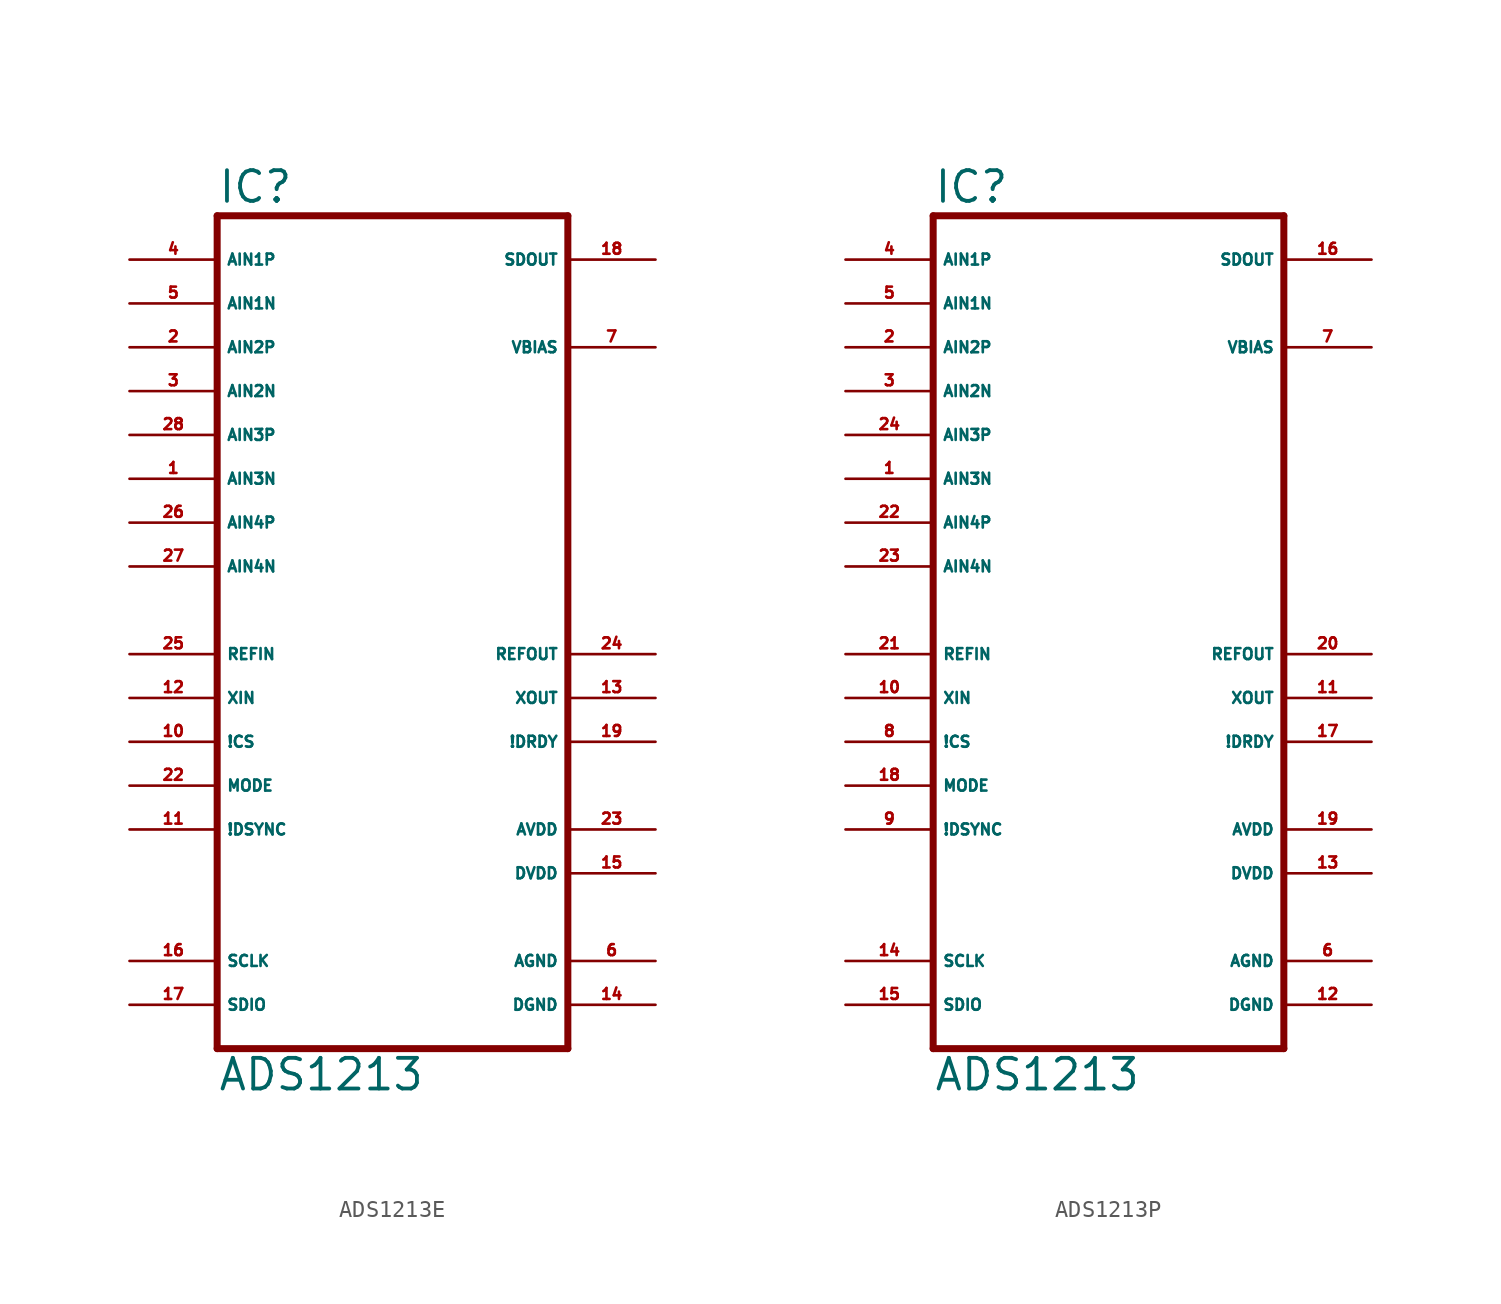
<source format=kicad_sym>
(kicad_symbol_lib
  (version 20220914)
  (generator Eagle2Kicad)
  (symbol "ADS1213E"
    (property "Reference" "IC"
      (at -10.16 23.495 0)
      (effects (font (size 1.778 1.778) (thickness 0.22)) (justify left bottom)))
    (property "Value" "ADS1213"
      (at -10.16 -27.94 0)
      (effects (font (size 1.778 1.778) (thickness 0.22)) (justify left bottom)))
    (polyline
      (pts (xy -10.16 -25.4) (xy 10.16 -25.4))
      (stroke (width 0.406) (type default))
      (fill (type none)))
    (polyline
      (pts (xy 10.16 -25.4) (xy 10.16 22.86))
      (stroke (width 0.406) (type default))
      (fill (type none)))
    (polyline
      (pts (xy 10.16 22.86) (xy -10.16 22.86))
      (stroke (width 0.406) (type default))
      (fill (type none)))
    (polyline
      (pts (xy -10.16 22.86) (xy -10.16 -25.4))
      (stroke (width 0.406) (type default))
      (fill (type none)))
    (pin input line
      (at -15.24 20.32 0)
      (length 5.08)
      (name "AIN1P" (effects (font (size 0.635 0.635) (thickness 0.08)) (justify left bottom)))
      (number "4" (effects (font (size 0.635 0.635) (thickness 0.08)) (justify left bottom))))
    (pin input line
      (at -15.24 17.78 0)
      (length 5.08)
      (name "AIN1N" (effects (font (size 0.635 0.635) (thickness 0.08)) (justify left bottom)))
      (number "5" (effects (font (size 0.635 0.635) (thickness 0.08)) (justify left bottom))))
    (pin input line
      (at -15.24 -7.62 0)
      (length 5.08)
      (name "!CS" (effects (font (size 0.635 0.635) (thickness 0.08)) (justify left bottom)))
      (number "10" (effects (font (size 0.635 0.635) (thickness 0.08)) (justify left bottom))))
    (pin input line
      (at -15.24 -12.7 0)
      (length 5.08)
      (name "!DSYNC" (effects (font (size 0.635 0.635) (thickness 0.08)) (justify left bottom)))
      (number "11" (effects (font (size 0.635 0.635) (thickness 0.08)) (justify left bottom))))
    (pin input line
      (at -15.24 -5.08 0)
      (length 5.08)
      (name "XIN" (effects (font (size 0.635 0.635) (thickness 0.08)) (justify left bottom)))
      (number "12" (effects (font (size 0.635 0.635) (thickness 0.08)) (justify left bottom))))
    (pin input line
      (at -15.24 -10.16 0)
      (length 5.08)
      (name "MODE" (effects (font (size 0.635 0.635) (thickness 0.08)) (justify left bottom)))
      (number "22" (effects (font (size 0.635 0.635) (thickness 0.08)) (justify left bottom))))
    (pin input line
      (at -15.24 -2.54 0)
      (length 5.08)
      (name "REFIN" (effects (font (size 0.635 0.635) (thickness 0.08)) (justify left bottom)))
      (number "25" (effects (font (size 0.635 0.635) (thickness 0.08)) (justify left bottom))))
    (pin bidirectional line
      (at -15.24 -20.32 0)
      (length 5.08)
      (name "SCLK" (effects (font (size 0.635 0.635) (thickness 0.08)) (justify left bottom)))
      (number "16" (effects (font (size 0.635 0.635) (thickness 0.08)) (justify left bottom))))
    (pin bidirectional line
      (at -15.24 -22.86 0)
      (length 5.08)
      (name "SDIO" (effects (font (size 0.635 0.635) (thickness 0.08)) (justify left bottom)))
      (number "17" (effects (font (size 0.635 0.635) (thickness 0.08)) (justify left bottom))))
    (pin output line
      (at 15.24 15.24 180)
      (length 5.08)
      (name "VBIAS" (effects (font (size 0.635 0.635) (thickness 0.08)) (justify left bottom)))
      (number "7" (effects (font (size 0.635 0.635) (thickness 0.08)) (justify left bottom))))
    (pin output line
      (at 15.24 -5.08 180)
      (length 5.08)
      (name "XOUT" (effects (font (size 0.635 0.635) (thickness 0.08)) (justify left bottom)))
      (number "13" (effects (font (size 0.635 0.635) (thickness 0.08)) (justify left bottom))))
    (pin output line
      (at 15.24 20.32 180)
      (length 5.08)
      (name "SDOUT" (effects (font (size 0.635 0.635) (thickness 0.08)) (justify left bottom)))
      (number "18" (effects (font (size 0.635 0.635) (thickness 0.08)) (justify left bottom))))
    (pin output line
      (at 15.24 -2.54 180)
      (length 5.08)
      (name "REFOUT" (effects (font (size 0.635 0.635) (thickness 0.08)) (justify left bottom)))
      (number "24" (effects (font (size 0.635 0.635) (thickness 0.08)) (justify left bottom))))
    (pin unspecified line
      (at 15.24 -22.86 180)
      (length 5.08)
      (name "DGND" (effects (font (size 0.635 0.635) (thickness 0.08)) (justify left bottom)))
      (number "14" (effects (font (size 0.635 0.635) (thickness 0.08)) (justify left bottom))))
    (pin unspecified line
      (at 15.24 -20.32 180)
      (length 5.08)
      (name "AGND" (effects (font (size 0.635 0.635) (thickness 0.08)) (justify left bottom)))
      (number "6" (effects (font (size 0.635 0.635) (thickness 0.08)) (justify left bottom))))
    (pin unspecified line
      (at 15.24 -15.24 180)
      (length 5.08)
      (name "DVDD" (effects (font (size 0.635 0.635) (thickness 0.08)) (justify left bottom)))
      (number "15" (effects (font (size 0.635 0.635) (thickness 0.08)) (justify left bottom))))
    (pin unspecified line
      (at 15.24 -12.7 180)
      (length 5.08)
      (name "AVDD" (effects (font (size 0.635 0.635) (thickness 0.08)) (justify left bottom)))
      (number "23" (effects (font (size 0.635 0.635) (thickness 0.08)) (justify left bottom))))
    (pin output line
      (at 15.24 -7.62 180)
      (length 5.08)
      (name "!DRDY" (effects (font (size 0.635 0.635) (thickness 0.08)) (justify left bottom)))
      (number "19" (effects (font (size 0.635 0.635) (thickness 0.08)) (justify left bottom))))
    (pin input line
      (at -15.24 15.24 0)
      (length 5.08)
      (name "AIN2P" (effects (font (size 0.635 0.635) (thickness 0.08)) (justify left bottom)))
      (number "2" (effects (font (size 0.635 0.635) (thickness 0.08)) (justify left bottom))))
    (pin input line
      (at -15.24 12.7 0)
      (length 5.08)
      (name "AIN2N" (effects (font (size 0.635 0.635) (thickness 0.08)) (justify left bottom)))
      (number "3" (effects (font (size 0.635 0.635) (thickness 0.08)) (justify left bottom))))
    (pin input line
      (at -15.24 10.16 0)
      (length 5.08)
      (name "AIN3P" (effects (font (size 0.635 0.635) (thickness 0.08)) (justify left bottom)))
      (number "28" (effects (font (size 0.635 0.635) (thickness 0.08)) (justify left bottom))))
    (pin input line
      (at -15.24 7.62 0)
      (length 5.08)
      (name "AIN3N" (effects (font (size 0.635 0.635) (thickness 0.08)) (justify left bottom)))
      (number "1" (effects (font (size 0.635 0.635) (thickness 0.08)) (justify left bottom))))
    (pin input line
      (at -15.24 5.08 0)
      (length 5.08)
      (name "AIN4P" (effects (font (size 0.635 0.635) (thickness 0.08)) (justify left bottom)))
      (number "26" (effects (font (size 0.635 0.635) (thickness 0.08)) (justify left bottom))))
    (pin input line
      (at -15.24 2.54 0)
      (length 5.08)
      (name "AIN4N" (effects (font (size 0.635 0.635) (thickness 0.08)) (justify left bottom)))
      (number "27" (effects (font (size 0.635 0.635) (thickness 0.08)) (justify left bottom)))))
  (symbol "ADS1213P"
    (property "Reference" "IC"
      (at -10.16 23.495 0)
      (effects (font (size 1.778 1.778) (thickness 0.22)) (justify left bottom)))
    (property "Value" "ADS1213"
      (at -10.16 -27.94 0)
      (effects (font (size 1.778 1.778) (thickness 0.22)) (justify left bottom)))
    (polyline
      (pts (xy -10.16 -25.4) (xy 10.16 -25.4))
      (stroke (width 0.406) (type default))
      (fill (type none)))
    (polyline
      (pts (xy 10.16 -25.4) (xy 10.16 22.86))
      (stroke (width 0.406) (type default))
      (fill (type none)))
    (polyline
      (pts (xy 10.16 22.86) (xy -10.16 22.86))
      (stroke (width 0.406) (type default))
      (fill (type none)))
    (polyline
      (pts (xy -10.16 22.86) (xy -10.16 -25.4))
      (stroke (width 0.406) (type default))
      (fill (type none)))
    (pin input line
      (at -15.24 20.32 0)
      (length 5.08)
      (name "AIN1P" (effects (font (size 0.635 0.635) (thickness 0.08)) (justify left bottom)))
      (number "4" (effects (font (size 0.635 0.635) (thickness 0.08)) (justify left bottom))))
    (pin input line
      (at -15.24 17.78 0)
      (length 5.08)
      (name "AIN1N" (effects (font (size 0.635 0.635) (thickness 0.08)) (justify left bottom)))
      (number "5" (effects (font (size 0.635 0.635) (thickness 0.08)) (justify left bottom))))
    (pin input line
      (at -15.24 -7.62 0)
      (length 5.08)
      (name "!CS" (effects (font (size 0.635 0.635) (thickness 0.08)) (justify left bottom)))
      (number "8" (effects (font (size 0.635 0.635) (thickness 0.08)) (justify left bottom))))
    (pin input line
      (at -15.24 -12.7 0)
      (length 5.08)
      (name "!DSYNC" (effects (font (size 0.635 0.635) (thickness 0.08)) (justify left bottom)))
      (number "9" (effects (font (size 0.635 0.635) (thickness 0.08)) (justify left bottom))))
    (pin input line
      (at -15.24 -5.08 0)
      (length 5.08)
      (name "XIN" (effects (font (size 0.635 0.635) (thickness 0.08)) (justify left bottom)))
      (number "10" (effects (font (size 0.635 0.635) (thickness 0.08)) (justify left bottom))))
    (pin input line
      (at -15.24 -10.16 0)
      (length 5.08)
      (name "MODE" (effects (font (size 0.635 0.635) (thickness 0.08)) (justify left bottom)))
      (number "18" (effects (font (size 0.635 0.635) (thickness 0.08)) (justify left bottom))))
    (pin input line
      (at -15.24 -2.54 0)
      (length 5.08)
      (name "REFIN" (effects (font (size 0.635 0.635) (thickness 0.08)) (justify left bottom)))
      (number "21" (effects (font (size 0.635 0.635) (thickness 0.08)) (justify left bottom))))
    (pin bidirectional line
      (at -15.24 -20.32 0)
      (length 5.08)
      (name "SCLK" (effects (font (size 0.635 0.635) (thickness 0.08)) (justify left bottom)))
      (number "14" (effects (font (size 0.635 0.635) (thickness 0.08)) (justify left bottom))))
    (pin bidirectional line
      (at -15.24 -22.86 0)
      (length 5.08)
      (name "SDIO" (effects (font (size 0.635 0.635) (thickness 0.08)) (justify left bottom)))
      (number "15" (effects (font (size 0.635 0.635) (thickness 0.08)) (justify left bottom))))
    (pin output line
      (at 15.24 15.24 180)
      (length 5.08)
      (name "VBIAS" (effects (font (size 0.635 0.635) (thickness 0.08)) (justify left bottom)))
      (number "7" (effects (font (size 0.635 0.635) (thickness 0.08)) (justify left bottom))))
    (pin output line
      (at 15.24 -5.08 180)
      (length 5.08)
      (name "XOUT" (effects (font (size 0.635 0.635) (thickness 0.08)) (justify left bottom)))
      (number "11" (effects (font (size 0.635 0.635) (thickness 0.08)) (justify left bottom))))
    (pin output line
      (at 15.24 20.32 180)
      (length 5.08)
      (name "SDOUT" (effects (font (size 0.635 0.635) (thickness 0.08)) (justify left bottom)))
      (number "16" (effects (font (size 0.635 0.635) (thickness 0.08)) (justify left bottom))))
    (pin output line
      (at 15.24 -2.54 180)
      (length 5.08)
      (name "REFOUT" (effects (font (size 0.635 0.635) (thickness 0.08)) (justify left bottom)))
      (number "20" (effects (font (size 0.635 0.635) (thickness 0.08)) (justify left bottom))))
    (pin unspecified line
      (at 15.24 -22.86 180)
      (length 5.08)
      (name "DGND" (effects (font (size 0.635 0.635) (thickness 0.08)) (justify left bottom)))
      (number "12" (effects (font (size 0.635 0.635) (thickness 0.08)) (justify left bottom))))
    (pin unspecified line
      (at 15.24 -20.32 180)
      (length 5.08)
      (name "AGND" (effects (font (size 0.635 0.635) (thickness 0.08)) (justify left bottom)))
      (number "6" (effects (font (size 0.635 0.635) (thickness 0.08)) (justify left bottom))))
    (pin unspecified line
      (at 15.24 -15.24 180)
      (length 5.08)
      (name "DVDD" (effects (font (size 0.635 0.635) (thickness 0.08)) (justify left bottom)))
      (number "13" (effects (font (size 0.635 0.635) (thickness 0.08)) (justify left bottom))))
    (pin unspecified line
      (at 15.24 -12.7 180)
      (length 5.08)
      (name "AVDD" (effects (font (size 0.635 0.635) (thickness 0.08)) (justify left bottom)))
      (number "19" (effects (font (size 0.635 0.635) (thickness 0.08)) (justify left bottom))))
    (pin output line
      (at 15.24 -7.62 180)
      (length 5.08)
      (name "!DRDY" (effects (font (size 0.635 0.635) (thickness 0.08)) (justify left bottom)))
      (number "17" (effects (font (size 0.635 0.635) (thickness 0.08)) (justify left bottom))))
    (pin input line
      (at -15.24 15.24 0)
      (length 5.08)
      (name "AIN2P" (effects (font (size 0.635 0.635) (thickness 0.08)) (justify left bottom)))
      (number "2" (effects (font (size 0.635 0.635) (thickness 0.08)) (justify left bottom))))
    (pin input line
      (at -15.24 12.7 0)
      (length 5.08)
      (name "AIN2N" (effects (font (size 0.635 0.635) (thickness 0.08)) (justify left bottom)))
      (number "3" (effects (font (size 0.635 0.635) (thickness 0.08)) (justify left bottom))))
    (pin input line
      (at -15.24 10.16 0)
      (length 5.08)
      (name "AIN3P" (effects (font (size 0.635 0.635) (thickness 0.08)) (justify left bottom)))
      (number "24" (effects (font (size 0.635 0.635) (thickness 0.08)) (justify left bottom))))
    (pin input line
      (at -15.24 7.62 0)
      (length 5.08)
      (name "AIN3N" (effects (font (size 0.635 0.635) (thickness 0.08)) (justify left bottom)))
      (number "1" (effects (font (size 0.635 0.635) (thickness 0.08)) (justify left bottom))))
    (pin input line
      (at -15.24 5.08 0)
      (length 5.08)
      (name "AIN4P" (effects (font (size 0.635 0.635) (thickness 0.08)) (justify left bottom)))
      (number "22" (effects (font (size 0.635 0.635) (thickness 0.08)) (justify left bottom))))
    (pin input line
      (at -15.24 2.54 0)
      (length 5.08)
      (name "AIN4N" (effects (font (size 0.635 0.635) (thickness 0.08)) (justify left bottom)))
      (number "23" (effects (font (size 0.635 0.635) (thickness 0.08)) (justify left bottom))))))
</source>
